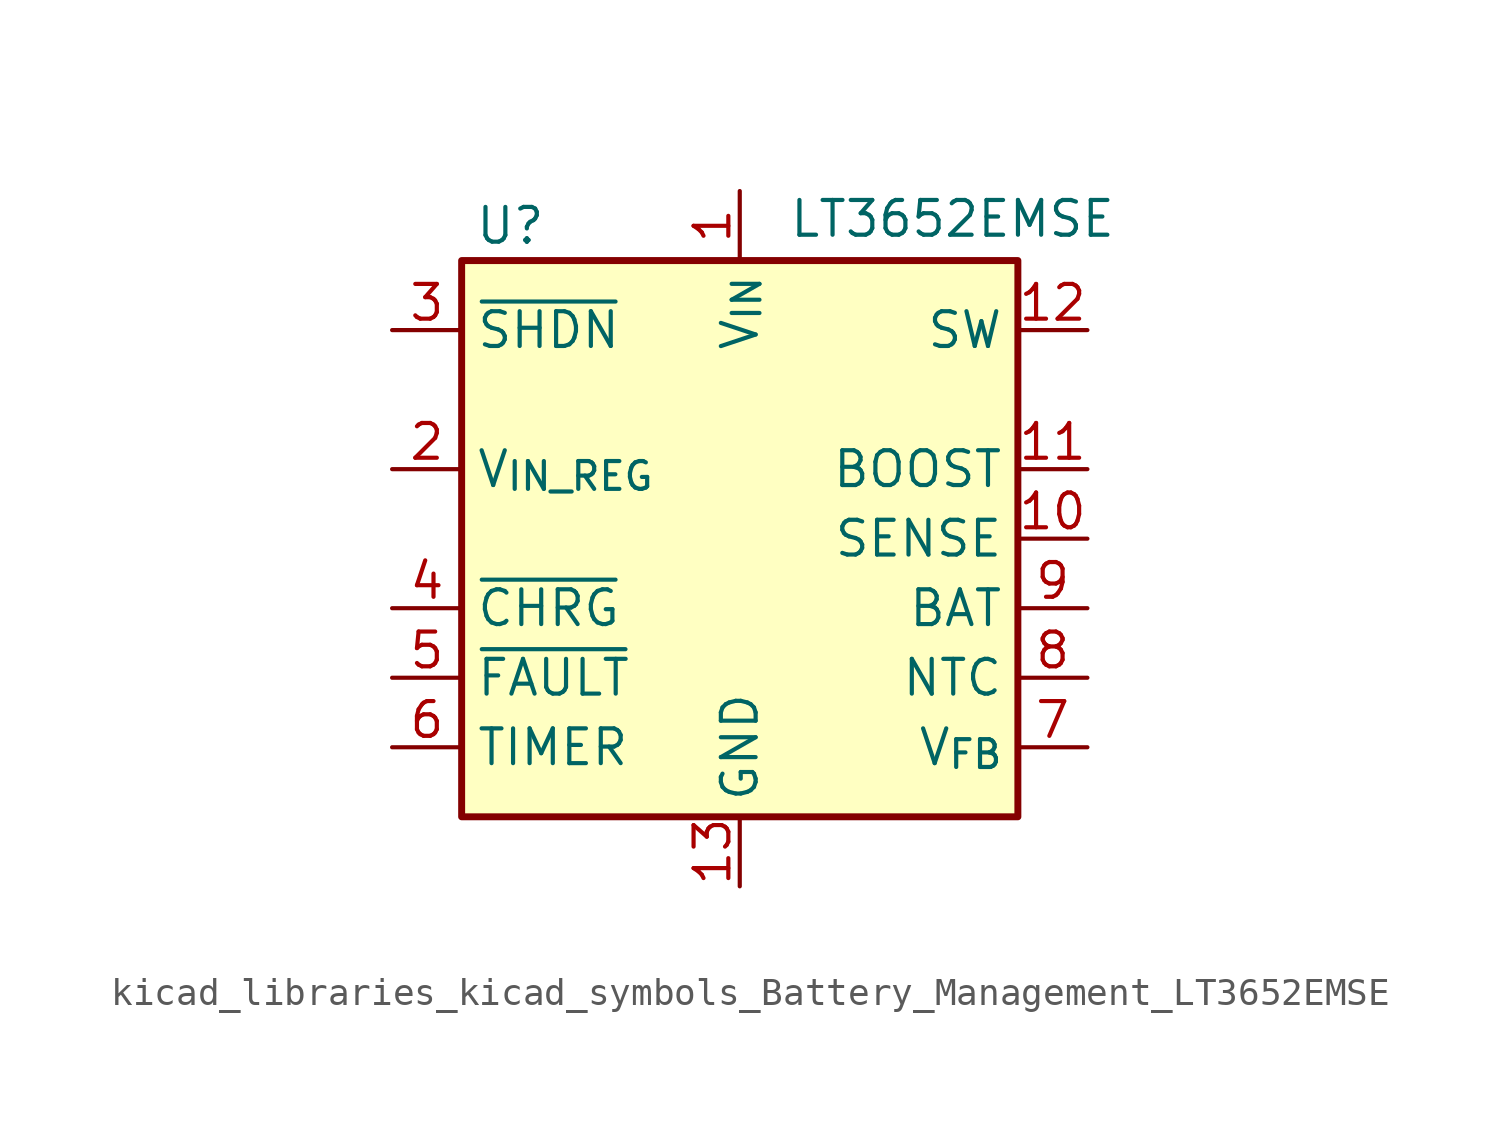
<source format=kicad_sym>
(kicad_symbol_lib
  (version 20220914)
  (generator kicad_symbol_editor)
  (symbol "kicad_libraries_kicad_symbols_Battery_Management_LT3652EMSE"
    (property "Reference" "U"
      (at -8.382 11.43 0)
      (effects (font (size 1.27 1.27))))
    (property "Value" "LT3652EMSE"
      (at 1.778 11.684 0)
      (effects (font (size 1.27 1.27)) (justify left)))
    (symbol "kicad_libraries_kicad_symbols_Battery_Management_LT3652EMSE_0_1"
      (rectangle (start -10.16 10.16) (end 10.16 -10.16) (stroke (width 0.254) (type default)) (fill (type background))))
    (symbol "kicad_libraries_kicad_symbols_Battery_Management_LT3652EMSE_1_1"
      (pin power_in line (at 0 12.7 270) (length 2.54) (name "V_{IN}" (effects (font (size 1.27 1.27)))) (number "1" (effects (font (size 1.27 1.27)))))
      (pin input line (at 12.7 0 180) (length 2.54) (name "SENSE" (effects (font (size 1.27 1.27)))) (number "10" (effects (font (size 1.27 1.27)))))
      (pin input line (at 12.7 2.54 180) (length 2.54) (name "BOOST" (effects (font (size 1.27 1.27)))) (number "11" (effects (font (size 1.27 1.27)))))
      (pin output line (at 12.7 7.62 180) (length 2.54) (name "SW" (effects (font (size 1.27 1.27)))) (number "12" (effects (font (size 1.27 1.27)))))
      (pin power_in line (at 0 -12.7 90) (length 2.54) (name "GND" (effects (font (size 1.27 1.27)))) (number "13" (effects (font (size 1.27 1.27)))))
      (pin input line (at -12.7 2.54 0) (length 2.54) (name "V_{IN_REG}" (effects (font (size 1.27 1.27)))) (number "2" (effects (font (size 1.27 1.27)))))
      (pin input line (at -12.7 7.62 0) (length 2.54) (name "~{SHDN}" (effects (font (size 1.27 1.27)))) (number "3" (effects (font (size 1.27 1.27)))))
      (pin open_collector line (at -12.7 -2.54 0) (length 2.54) (name "~{CHRG}" (effects (font (size 1.27 1.27)))) (number "4" (effects (font (size 1.27 1.27)))))
      (pin open_collector line (at -12.7 -5.08 0) (length 2.54) (name "~{FAULT}" (effects (font (size 1.27 1.27)))) (number "5" (effects (font (size 1.27 1.27)))))
      (pin output line (at -12.7 -7.62 0) (length 2.54) (name "TIMER" (effects (font (size 1.27 1.27)))) (number "6" (effects (font (size 1.27 1.27)))))
      (pin input line (at 12.7 -7.62 180) (length 2.54) (name "V_{FB}" (effects (font (size 1.27 1.27)))) (number "7" (effects (font (size 1.27 1.27)))))
      (pin input line (at 12.7 -5.08 180) (length 2.54) (name "NTC" (effects (font (size 1.27 1.27)))) (number "8" (effects (font (size 1.27 1.27)))))
      (pin output line (at 12.7 -2.54 180) (length 2.54) (name "BAT" (effects (font (size 1.27 1.27)))) (number "9" (effects (font (size 1.27 1.27))))))))
</source>
